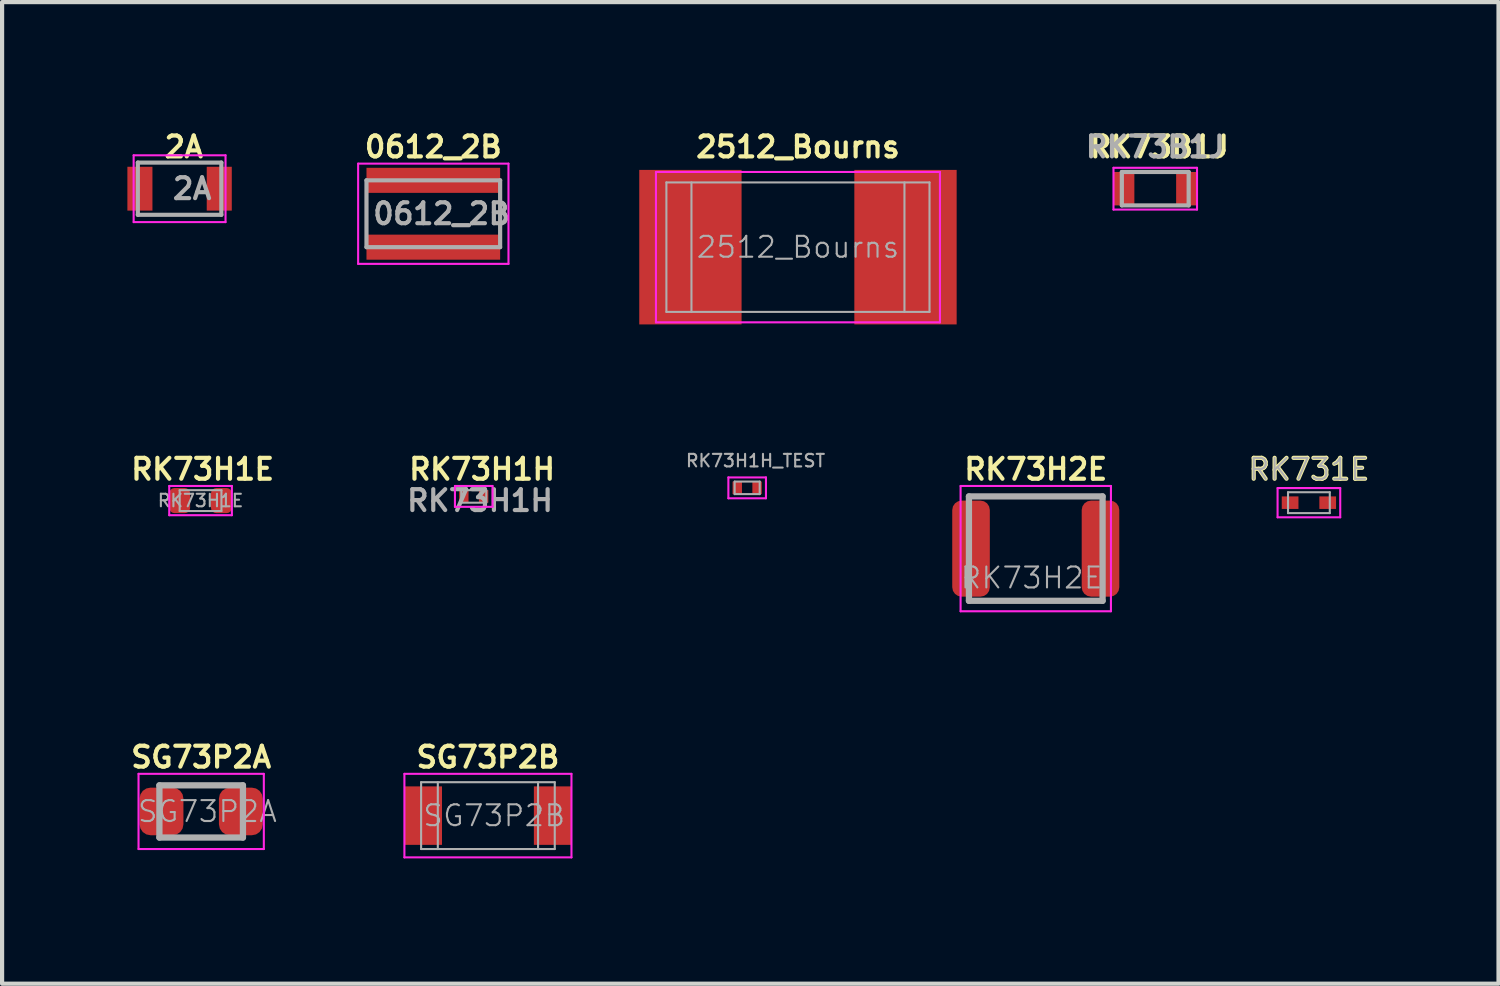
<source format=kicad_pcb>
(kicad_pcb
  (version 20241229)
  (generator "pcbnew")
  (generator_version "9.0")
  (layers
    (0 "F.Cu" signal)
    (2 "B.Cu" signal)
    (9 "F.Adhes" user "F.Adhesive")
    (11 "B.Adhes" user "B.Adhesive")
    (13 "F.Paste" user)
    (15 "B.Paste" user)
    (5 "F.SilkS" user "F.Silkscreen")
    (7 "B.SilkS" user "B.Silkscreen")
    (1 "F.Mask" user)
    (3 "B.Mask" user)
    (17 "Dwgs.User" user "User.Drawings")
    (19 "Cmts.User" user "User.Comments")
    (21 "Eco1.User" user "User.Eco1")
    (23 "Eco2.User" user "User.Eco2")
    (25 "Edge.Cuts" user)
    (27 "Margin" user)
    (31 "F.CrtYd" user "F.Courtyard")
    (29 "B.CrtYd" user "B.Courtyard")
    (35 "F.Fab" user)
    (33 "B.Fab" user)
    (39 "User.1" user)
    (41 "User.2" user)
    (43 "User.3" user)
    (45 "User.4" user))
  (footprint "RK73H1E"
    (layer "F.Cu")
    (at 1.752 8.936)
    (property "Reference" "RK73H1E" (at 0.05 -0.75 0) (layer "F.SilkS") (effects (font (size 0.5 0.5) (thickness 0.1))))
    (attr smd)
    (fp_line (start -0.75 -0.35) (end -0.75 0.35) (stroke (width 0.05) (type solid)) (layer "F.CrtYd"))
    (fp_line (start -0.75 -0.35) (end 0.75 -0.35) (stroke (width 0.05) (type solid)) (layer "F.CrtYd"))
    (fp_line (start -0.75 0.35) (end 0.75 0.35) (stroke (width 0.05) (type solid)) (layer "F.CrtYd"))
    (fp_line (start 0.75 -0.35) (end 0.75 0.35) (stroke (width 0.05) (type solid)) (layer "F.CrtYd"))
    (fp_line (start -0.5 -0.25) (end 0.5 -0.25) (stroke (width 0.05) (type solid)) (layer "F.Fab"))
    (fp_line (start -0.5 0.25) (end -0.5 -0.25) (stroke (width 0.05) (type solid)) (layer "F.Fab"))
    (fp_line (start 0.5 -0.25) (end 0.5 0.25) (stroke (width 0.05) (type solid)) (layer "F.Fab"))
    (fp_line (start 0.5 0.25) (end -0.5 0.25) (stroke (width 0.05) (type solid)) (layer "F.Fab"))
    (fp_text user "${REFERENCE}" (at 0 0 0) (layer "F.Fab") (effects (font (size 0.3 0.3) (thickness 0.05))))
    (pad "1" smd roundrect (at -0.5 0) (size 0.5 0.6) (layers "F.Cu" "F.Mask" "F.Paste") (roundrect_rratio 0.25))
    (pad "2" smd roundrect (at 0.5 0) (size 0.5 0.6) (layers "F.Cu" "F.Mask" "F.Paste") (roundrect_rratio 0.25)))
  (footprint "2A"
    (layer "F.Cu")
    (at 1.25 1.468)
    (property "Reference" "2A" (at 0.1 -1 0) (layer "F.SilkS") (effects (font (size 0.5 0.5) (thickness 0.1))))
    (attr smd)
    (fp_line (start -1.1 -0.8) (end -1.1 0.8) (stroke (width 0.05) (type solid)) (layer "F.CrtYd"))
    (fp_line (start -1.1 -0.8) (end 1.1 -0.8) (stroke (width 0.05) (type solid)) (layer "F.CrtYd"))
    (fp_line (start -1.1 0.8) (end 1.1 0.8) (stroke (width 0.05) (type solid)) (layer "F.CrtYd"))
    (fp_line (start 1.1 -0.8) (end 1.1 0.8) (stroke (width 0.05) (type solid)) (layer "F.CrtYd"))
    (fp_line (start -1 -0.625) (end 1 -0.625) (stroke (width 0.1) (type solid)) (layer "F.Fab"))
    (fp_line (start -1 0.625) (end -1 -0.625) (stroke (width 0.1) (type solid)) (layer "F.Fab"))
    (fp_line (start 1 -0.625) (end 1 0.625) (stroke (width 0.1) (type solid)) (layer "F.Fab"))
    (fp_line (start 1 0.625) (end -1 0.625) (stroke (width 0.1) (type solid)) (layer "F.Fab"))
    (fp_text user "${REFERENCE}" (at 0.3 0 0) (layer "F.Fab") (effects (font (size 0.5 0.5) (thickness 0.1))))
    (pad "1" smd rect (at -0.95 0) (size 0.6 1.05) (layers "F.Cu" "F.Mask" "F.Paste"))
    (pad "2" smd rect (at 0.95 0) (size 0.6 1.05) (layers "F.Cu" "F.Mask" "F.Paste")))
  (footprint "RK73H1H_TEST"
    (layer "F.Cu")
    (at 14.84 8.631)
    (property "Reference" "RK73H1H_TEST" (at 0.2 -0.65 0) (layer "F.Fab") (effects (font (size 0.3 0.3) (thickness 0.05))))
    (attr smd)
    (fp_line (start -0.45 -0.25) (end -0.45 0.25) (stroke (width 0.05) (type solid)) (layer "F.CrtYd"))
    (fp_line (start -0.45 -0.25) (end 0.45 -0.25) (stroke (width 0.05) (type solid)) (layer "F.CrtYd"))
    (fp_line (start -0.45 0.25) (end 0.45 0.25) (stroke (width 0.05) (type solid)) (layer "F.CrtYd"))
    (fp_line (start 0.45 -0.25) (end 0.45 0.25) (stroke (width 0.05) (type solid)) (layer "F.CrtYd"))
    (fp_line (start -0.3 -0.15) (end 0.3 -0.15) (stroke (width 0.05) (type solid)) (layer "F.Fab"))
    (fp_line (start -0.3 0.15) (end -0.3 -0.15) (stroke (width 0.05) (type solid)) (layer "F.Fab"))
    (fp_line (start 0.3 -0.15) (end 0.3 0.15) (stroke (width 0.05) (type solid)) (layer "F.Fab"))
    (fp_line (start 0.3 0.15) (end -0.3 0.15) (stroke (width 0.05) (type solid)) (layer "F.Fab"))
    (pad "1" smd rect (at -0.237 0) (size 0.225 0.3) (layers "F.Cu" "F.Mask" "F.Paste"))
    (pad "2" smd rect (at 0.237 0) (size 0.225 0.3) (layers "F.Cu" "F.Mask" "F.Paste")))
  (footprint "RK73H2E"
    (layer "F.Cu")
    (at 21.75 10.086)
    (property "Reference" "RK73H2E" (at 0 -1.9 0) (layer "F.SilkS") (effects (font (size 0.5 0.5) (thickness 0.1))))
    (attr smd)
    (fp_line (start -1.8 -1.5) (end -1.8 1.5) (stroke (width 0.05) (type solid)) (layer "F.CrtYd"))
    (fp_line (start -1.8 -1.5) (end 1.8 -1.5) (stroke (width 0.05) (type solid)) (layer "F.CrtYd"))
    (fp_line (start -1.8 1.5) (end 1.8 1.5) (stroke (width 0.05) (type solid)) (layer "F.CrtYd"))
    (fp_line (start 1.8 -1.5) (end 1.8 1.5) (stroke (width 0.05) (type solid)) (layer "F.CrtYd"))
    (fp_line (start -1.6 -1.25) (end 1.6 -1.25) (stroke (width 0.15) (type solid)) (layer "F.Fab"))
    (fp_line (start -1.6 1.25) (end -1.6 -1.25) (stroke (width 0.15) (type solid)) (layer "F.Fab"))
    (fp_line (start 1.6 -1.25) (end 1.6 1.25) (stroke (width 0.15) (type solid)) (layer "F.Fab"))
    (fp_line (start 1.6 1.25) (end -1.6 1.25) (stroke (width 0.15) (type solid)) (layer "F.Fab"))
    (fp_text user "${REFERENCE}" (at -0.1 0.7 0) (layer "F.Fab") (effects (font (size 0.5 0.5) (thickness 0.05))))
    (pad "1" smd roundrect (at -1.55 0) (size 0.9 2.3) (layers "F.Cu" "F.Mask" "F.Paste") (roundrect_rratio 0.25))
    (pad "2" smd roundrect (at 1.55 0) (size 0.9 2.3) (layers "F.Cu" "F.Mask" "F.Paste") (roundrect_rratio 0.25)))
  (footprint "2512_Bourns"
    (layer "F.Cu")
    (at 16.056 2.868)
    (property "Reference" "2512_Bourns" (at 0 -2.4 0) (layer "F.SilkS") (effects (font (size 0.5 0.5) (thickness 0.1))))
    (attr smd)
    (fp_line (start -3.4 -1.8) (end -3.4 1.8) (stroke (width 0.05) (type solid)) (layer "F.CrtYd"))
    (fp_line (start -3.4 -1.8) (end 3.4 -1.8) (stroke (width 0.05) (type solid)) (layer "F.CrtYd"))
    (fp_line (start -3.4 1.8) (end 3.4 1.8) (stroke (width 0.05) (type solid)) (layer "F.CrtYd"))
    (fp_line (start 3.4 -1.8) (end 3.4 1.8) (stroke (width 0.05) (type solid)) (layer "F.CrtYd"))
    (fp_line (start -3.15 -1.55) (end 3.15 -1.55) (stroke (width 0.05) (type solid)) (layer "F.Fab"))
    (fp_line (start -3.15 1.55) (end -3.15 -1.55) (stroke (width 0.05) (type solid)) (layer "F.Fab"))
    (fp_line (start -2.55 -1.55) (end -2.55 1.55) (stroke (width 0.05) (type solid)) (layer "F.Fab"))
    (fp_line (start 2.55 -1.55) (end 2.55 1.55) (stroke (width 0.05) (type solid)) (layer "F.Fab"))
    (fp_line (start 3.15 -1.55) (end 3.15 1.55) (stroke (width 0.05) (type solid)) (layer "F.Fab"))
    (fp_line (start 3.15 1.55) (end -3.15 1.55) (stroke (width 0.05) (type solid)) (layer "F.Fab"))
    (fp_text user "${REFERENCE}" (at 0 0 0) (layer "F.Fab") (effects (font (size 0.5 0.5) (thickness 0.05))))
    (pad "1" smd rect (at -2.575 0) (size 2.45 3.7) (layers "F.Cu" "F.Mask" "F.Paste"))
    (pad "2" smd rect (at 2.575 0) (size 2.45 3.7) (layers "F.Cu" "F.Mask" "F.Paste")))
  (footprint "SG73P2A"
    (layer "F.Cu")
    (at 1.767 16.379)
    (property "Reference" "SG73P2A" (at 0 -1.3 0) (layer "F.SilkS") (effects (font (size 0.5 0.5) (thickness 0.1))))
    (attr smd)
    (fp_line (start -1.5 -0.9) (end -1.5 0.9) (stroke (width 0.05) (type solid)) (layer "F.CrtYd"))
    (fp_line (start -1.5 -0.9) (end 1.5 -0.9) (stroke (width 0.05) (type solid)) (layer "F.CrtYd"))
    (fp_line (start -1.5 0.9) (end 1.5 0.9) (stroke (width 0.05) (type solid)) (layer "F.CrtYd"))
    (fp_line (start 1.5 -0.9) (end 1.5 0.9) (stroke (width 0.05) (type solid)) (layer "F.CrtYd"))
    (fp_line (start -1 -0.625) (end -1 0.625) (stroke (width 0.15) (type solid)) (layer "F.Fab"))
    (fp_line (start -1 -0.625) (end 1 -0.625) (stroke (width 0.15) (type solid)) (layer "F.Fab"))
    (fp_line (start 1 -0.625) (end 1 0.625) (stroke (width 0.15) (type solid)) (layer "F.Fab"))
    (fp_line (start 1 0.625) (end -1 0.625) (stroke (width 0.15) (type solid)) (layer "F.Fab"))
    (fp_text user "${REFERENCE}" (at 0.15 0 0) (layer "F.Fab") (effects (font (size 0.5 0.5) (thickness 0.05))))
    (pad "1" smd roundrect (at -0.95 0) (size 1.05 1.14) (layers "F.Cu" "F.Mask" "F.Paste") (roundrect_rratio 0.25))
    (pad "2" smd roundrect (at 0.95 0) (size 1.05 1.14) (layers "F.Cu" "F.Mask" "F.Paste") (roundrect_rratio 0.25)))
  (footprint "RK731E"
    (layer "F.Cu")
    (at 28.29 8.986)
    (property "Reference" "RK731E" (at 0 -0.8 0) (layer "F.SilkS") (effects (font (size 0.5 0.5) (thickness 0.1))))
    (attr smd)
    (fp_line (start -0.75 -0.35) (end -0.75 0.35) (stroke (width 0.05) (type solid)) (layer "F.CrtYd"))
    (fp_line (start -0.75 -0.35) (end 0.75 -0.35) (stroke (width 0.05) (type solid)) (layer "F.CrtYd"))
    (fp_line (start -0.75 0.35) (end 0.75 0.35) (stroke (width 0.05) (type solid)) (layer "F.CrtYd"))
    (fp_line (start 0.75 -0.35) (end 0.75 0.35) (stroke (width 0.05) (type solid)) (layer "F.CrtYd"))
    (fp_line (start -0.5 -0.25) (end 0.5 -0.25) (stroke (width 0.05) (type solid)) (layer "F.Fab"))
    (fp_line (start -0.5 0.25) (end -0.5 -0.25) (stroke (width 0.05) (type solid)) (layer "F.Fab"))
    (fp_line (start 0.5 -0.25) (end 0.5 0.25) (stroke (width 0.05) (type solid)) (layer "F.Fab"))
    (fp_line (start 0.5 0.25) (end -0.5 0.25) (stroke (width 0.05) (type solid)) (layer "F.Fab"))
    (fp_text user "${REFERENCE}" (at 0 -0.8 0) (layer "F.Fab") (effects (font (size 0.5 0.5) (thickness 0.05))))
    (pad "1" smd rect (at -0.45 0) (size 0.4 0.3) (layers "F.Cu" "F.Mask" "F.Paste"))
    (pad "2" smd rect (at 0.45 0) (size 0.4 0.3) (layers "F.Cu" "F.Mask" "F.Paste")))
  (footprint "RK73H1H"
    (layer "F.Cu")
    (at 8.293 8.836)
    (property "Reference" "RK73H1H" (at 0.2 -0.65 0) (layer "F.SilkS") (effects (font (size 0.5 0.5) (thickness 0.1))))
    (attr smd)
    (fp_line (start -0.45 -0.25) (end -0.45 0.25) (stroke (width 0.05) (type solid)) (layer "F.CrtYd"))
    (fp_line (start -0.45 -0.25) (end 0.45 -0.25) (stroke (width 0.05) (type solid)) (layer "F.CrtYd"))
    (fp_line (start -0.45 0.25) (end 0.45 0.25) (stroke (width 0.05) (type solid)) (layer "F.CrtYd"))
    (fp_line (start 0.45 -0.25) (end 0.45 0.25) (stroke (width 0.05) (type solid)) (layer "F.CrtYd"))
    (fp_line (start -0.3 -0.15) (end 0.3 -0.15) (stroke (width 0.05) (type solid)) (layer "F.Fab"))
    (fp_line (start -0.3 0.15) (end -0.3 -0.15) (stroke (width 0.05) (type solid)) (layer "F.Fab"))
    (fp_line (start 0.3 -0.15) (end 0.3 0.15) (stroke (width 0.05) (type solid)) (layer "F.Fab"))
    (fp_line (start 0.3 0.15) (end -0.3 0.15) (stroke (width 0.05) (type solid)) (layer "F.Fab"))
    (fp_text user "${REFERENCE}" (at 0.15 0.1 0) (layer "F.Fab") (effects (font (size 0.5 0.5) (thickness 0.1))))
    (pad "1" smd rect (at -0.237 0) (size 0.225 0.3) (layers "F.Cu" "F.Mask" "F.Paste"))
    (pad "2" smd rect (at 0.237 0) (size 0.225 0.3) (layers "F.Cu" "F.Mask" "F.Paste")))
  (footprint "SG73P2B"
    (layer "F.Cu")
    (at 8.633 16.479)
    (property "Reference" "SG73P2B" (at 0 -1.4 0) (layer "F.SilkS") (effects (font (size 0.5 0.5) (thickness 0.1))))
    (attr smd)
    (fp_line (start -2 -1) (end -2 1) (stroke (width 0.05) (type solid)) (layer "F.CrtYd"))
    (fp_line (start -2 -1) (end 2 -1) (stroke (width 0.05) (type solid)) (layer "F.CrtYd"))
    (fp_line (start -2 1) (end 2 1) (stroke (width 0.05) (type solid)) (layer "F.CrtYd"))
    (fp_line (start 2 -1) (end 2 1) (stroke (width 0.05) (type solid)) (layer "F.CrtYd"))
    (fp_line (start -1.6 -0.8) (end 1.6 -0.8) (stroke (width 0.05) (type solid)) (layer "F.Fab"))
    (fp_line (start -1.6 0.8) (end -1.6 -0.8) (stroke (width 0.05) (type solid)) (layer "F.Fab"))
    (fp_line (start -1.2 -0.8) (end -1.2 0.8) (stroke (width 0.05) (type solid)) (layer "F.Fab"))
    (fp_line (start 1.2 -0.8) (end 1.2 0.8) (stroke (width 0.05) (type solid)) (layer "F.Fab"))
    (fp_line (start 1.6 -0.8) (end 1.6 0.8) (stroke (width 0.05) (type solid)) (layer "F.Fab"))
    (fp_line (start 1.6 0.8) (end -1.6 0.8) (stroke (width 0.05) (type solid)) (layer "F.Fab"))
    (fp_text user "${REFERENCE}" (at 0.15 0 0) (layer "F.Fab") (effects (font (size 0.5 0.5) (thickness 0.05))))
    (pad "1" smd rect (at -1.55 0) (size 0.9 1.4) (layers "F.Cu" "F.Mask" "F.Paste"))
    (pad "2" smd rect (at 1.55 0) (size 0.9 1.4) (layers "F.Cu" "F.Mask" "F.Paste")))
  (footprint "RK73B1J"
    (layer "F.Cu")
    (at 24.611 1.468)
    (property "Reference" "RK73B1J" (at 0.1 -1 0) (layer "F.SilkS") (effects (font (size 0.5 0.5) (thickness 0.1))))
    (attr smd)
    (fp_line (start -1 -0.5) (end -1 0.5) (stroke (width 0.05) (type solid)) (layer "F.CrtYd"))
    (fp_line (start -1 -0.5) (end 1 -0.5) (stroke (width 0.05) (type solid)) (layer "F.CrtYd"))
    (fp_line (start -1 0.5) (end 1 0.5) (stroke (width 0.05) (type solid)) (layer "F.CrtYd"))
    (fp_line (start 1 -0.5) (end 1 0.5) (stroke (width 0.05) (type solid)) (layer "F.CrtYd"))
    (fp_line (start -0.8 -0.4) (end 0.8 -0.4) (stroke (width 0.1) (type solid)) (layer "F.Fab"))
    (fp_line (start -0.8 0.4) (end -0.8 -0.4) (stroke (width 0.1) (type solid)) (layer "F.Fab"))
    (fp_line (start 0.8 -0.4) (end 0.8 0.4) (stroke (width 0.1) (type solid)) (layer "F.Fab"))
    (fp_line (start 0.8 0.4) (end -0.8 0.4) (stroke (width 0.1) (type solid)) (layer "F.Fab"))
    (fp_text user "${REFERENCE}" (at 0 -1 0) (layer "F.Fab") (effects (font (size 0.5 0.5) (thickness 0.1))))
    (pad "1" smd rect (at -0.75 0) (size 0.5 0.8) (layers "F.Cu" "F.Mask" "F.Paste"))
    (pad "2" smd rect (at 0.75 0) (size 0.5 0.8) (layers "F.Cu" "F.Mask" "F.Paste")))
  (footprint "0612_2B"
    (layer "F.Cu")
    (at 7.325 2.068)
    (property "Reference" "0612_2B" (at 0 -1.6 0) (layer "F.SilkS") (effects (font (size 0.5 0.5) (thickness 0.1))))
    (attr smd)
    (fp_line (start -1.8 -1.2) (end -1.8 1.2) (stroke (width 0.05) (type solid)) (layer "F.CrtYd"))
    (fp_line (start -1.8 -1.2) (end 1.8 -1.2) (stroke (width 0.05) (type solid)) (layer "F.CrtYd"))
    (fp_line (start -1.8 1.2) (end 1.8 1.2) (stroke (width 0.05) (type solid)) (layer "F.CrtYd"))
    (fp_line (start 1.8 -1.2) (end 1.8 1.2) (stroke (width 0.05) (type solid)) (layer "F.CrtYd"))
    (fp_line (start -1.6 -0.8) (end 1.6 -0.8) (stroke (width 0.1) (type solid)) (layer "F.Fab"))
    (fp_line (start -1.6 0.8) (end -1.6 -0.8) (stroke (width 0.1) (type solid)) (layer "F.Fab"))
    (fp_line (start 1.6 -0.8) (end 1.6 0.8) (stroke (width 0.1) (type solid)) (layer "F.Fab"))
    (fp_line (start 1.6 0.8) (end -1.6 0.8) (stroke (width 0.1) (type solid)) (layer "F.Fab"))
    (fp_text user "${REFERENCE}" (at 0.2 0 0) (layer "F.Fab") (effects (font (size 0.5 0.5) (thickness 0.1))))
    (pad "1" smd rect (at 0 0.8) (size 3.2 0.6) (layers "F.Cu" "F.Mask" "F.Paste"))
    (pad "2" smd rect (at 0 -0.8) (size 3.2 0.6) (layers "F.Cu" "F.Mask" "F.Paste")))
  (gr_rect
    (start -3 -3)
    (end 32.83 20.504)
    (stroke (width 0.1) (type default))
    (fill no)
    (layer "Edge.Cuts")))
</source>
